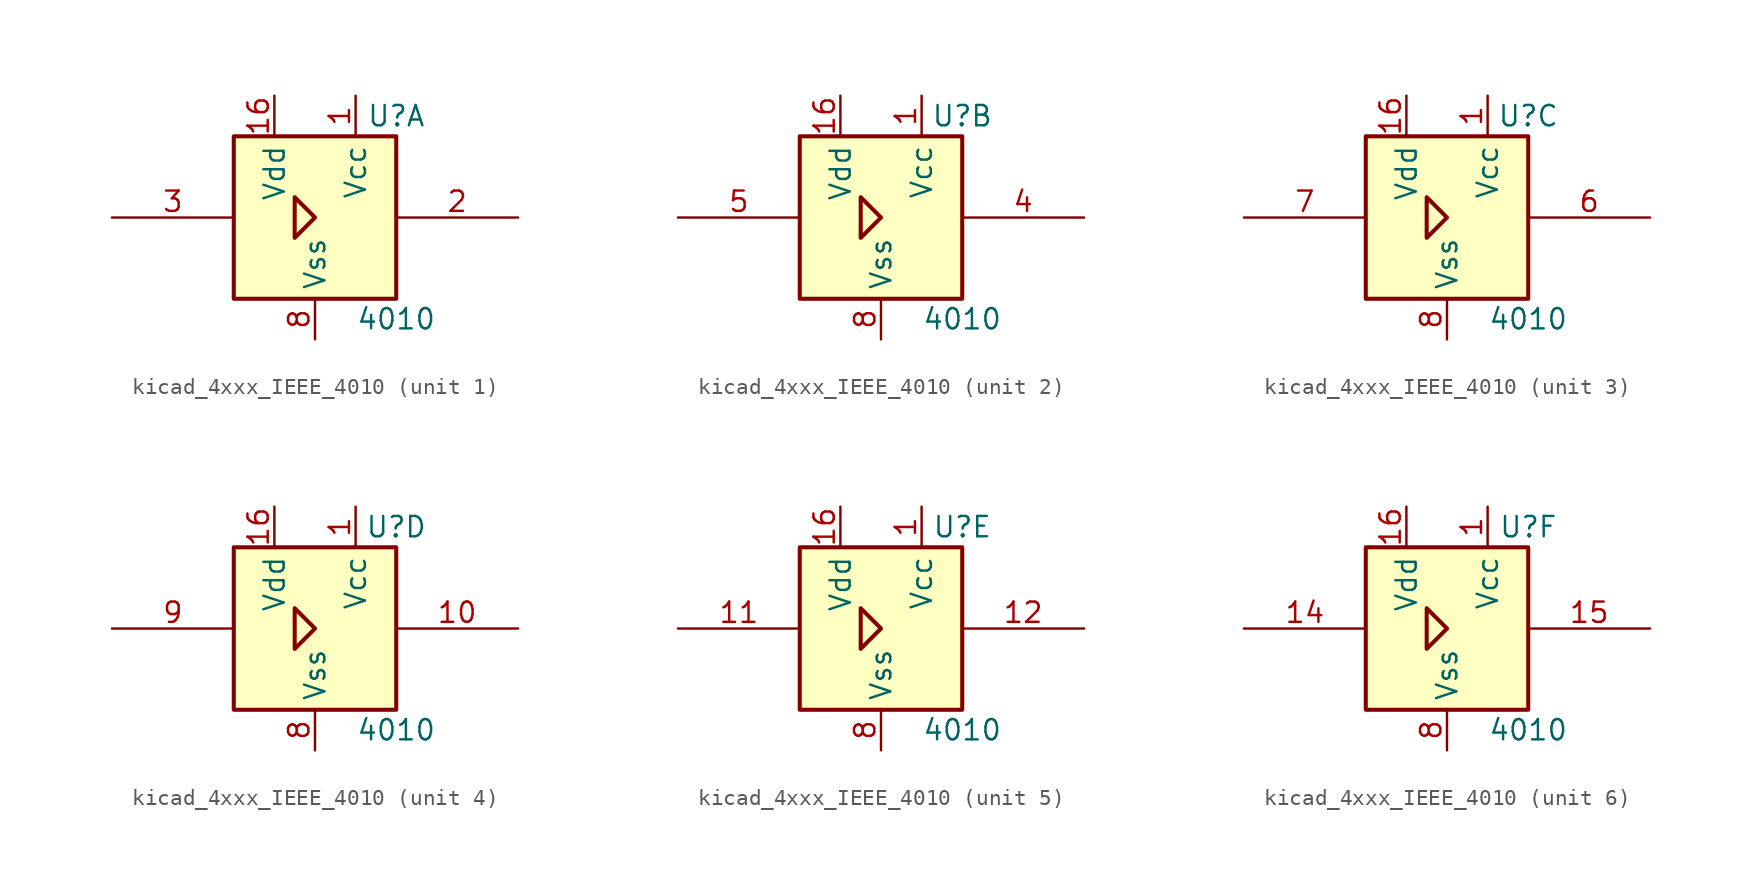
<source format=kicad_sym>
(kicad_symbol_lib
  (version 20220914)
  (generator kicad_symbol_editor)
  (symbol "kicad_4xxx_IEEE_4010"
    (property "Reference" "U"
      (at 5.08 6.35 0)
      (effects (font (size 1.27 1.27))))
    (property "Value" "4010"
      (at 5.08 -6.35 0)
      (effects (font (size 1.27 1.27))))
    (symbol "kicad_4xxx_IEEE_4010_0_0"
      (rectangle (start -5.08 5.08) (end 5.08 -5.08) (stroke (width 0.254) (type default)) (fill (type background)))
      (polyline (pts (xy -1.27 1.27) (xy -1.27 -1.27) (xy 0 0) (xy -1.27 1.27) (xy -1.27 1.27)) (stroke (width 0.254) (type default)) (fill (type background))))
    (symbol "kicad_4xxx_IEEE_4010_0_1"
      (pin power_in line (at 2.54 7.62 270) (length 2.54) (name "Vcc" (effects (font (size 1.27 1.27)))) (number "1" (effects (font (size 1.27 1.27)))))
      (pin power_in line (at -2.54 7.62 270) (length 2.54) (name "Vdd" (effects (font (size 1.27 1.27)))) (number "16" (effects (font (size 1.27 1.27)))))
      (pin power_in line (at 0 -7.62 90) (length 2.54) (name "Vss" (effects (font (size 1.27 1.27)))) (number "8" (effects (font (size 1.27 1.27))))))
    (symbol "kicad_4xxx_IEEE_4010_1_1"
      (pin output line (at 12.7 0 180) (length 7.62) (name "~" (effects (font (size 1.27 1.27)))) (number "2" (effects (font (size 1.27 1.27)))))
      (pin input line (at -12.7 0 0) (length 7.62) (name "~" (effects (font (size 1.27 1.27)))) (number "3" (effects (font (size 1.27 1.27))))))
    (symbol "kicad_4xxx_IEEE_4010_2_1"
      (pin output line (at 12.7 0 180) (length 7.62) (name "~" (effects (font (size 1.27 1.27)))) (number "4" (effects (font (size 1.27 1.27)))))
      (pin input line (at -12.7 0 0) (length 7.62) (name "~" (effects (font (size 1.27 1.27)))) (number "5" (effects (font (size 1.27 1.27))))))
    (symbol "kicad_4xxx_IEEE_4010_3_1"
      (pin output line (at 12.7 0 180) (length 7.62) (name "~" (effects (font (size 1.27 1.27)))) (number "6" (effects (font (size 1.27 1.27)))))
      (pin input line (at -12.7 0 0) (length 7.62) (name "~" (effects (font (size 1.27 1.27)))) (number "7" (effects (font (size 1.27 1.27))))))
    (symbol "kicad_4xxx_IEEE_4010_4_1"
      (pin output line (at 12.7 0 180) (length 7.62) (name "~" (effects (font (size 1.27 1.27)))) (number "10" (effects (font (size 1.27 1.27)))))
      (pin input line (at -12.7 0 0) (length 7.62) (name "~" (effects (font (size 1.27 1.27)))) (number "9" (effects (font (size 1.27 1.27))))))
    (symbol "kicad_4xxx_IEEE_4010_5_1"
      (pin input line (at -12.7 0 0) (length 7.62) (name "~" (effects (font (size 1.27 1.27)))) (number "11" (effects (font (size 1.27 1.27)))))
      (pin output line (at 12.7 0 180) (length 7.62) (name "~" (effects (font (size 1.27 1.27)))) (number "12" (effects (font (size 1.27 1.27))))))
    (symbol "kicad_4xxx_IEEE_4010_6_1"
      (pin input line (at -12.7 0 0) (length 7.62) (name "~" (effects (font (size 1.27 1.27)))) (number "14" (effects (font (size 1.27 1.27)))))
      (pin output line (at 12.7 0 180) (length 7.62) (name "~" (effects (font (size 1.27 1.27)))) (number "15" (effects (font (size 1.27 1.27))))))))
</source>
